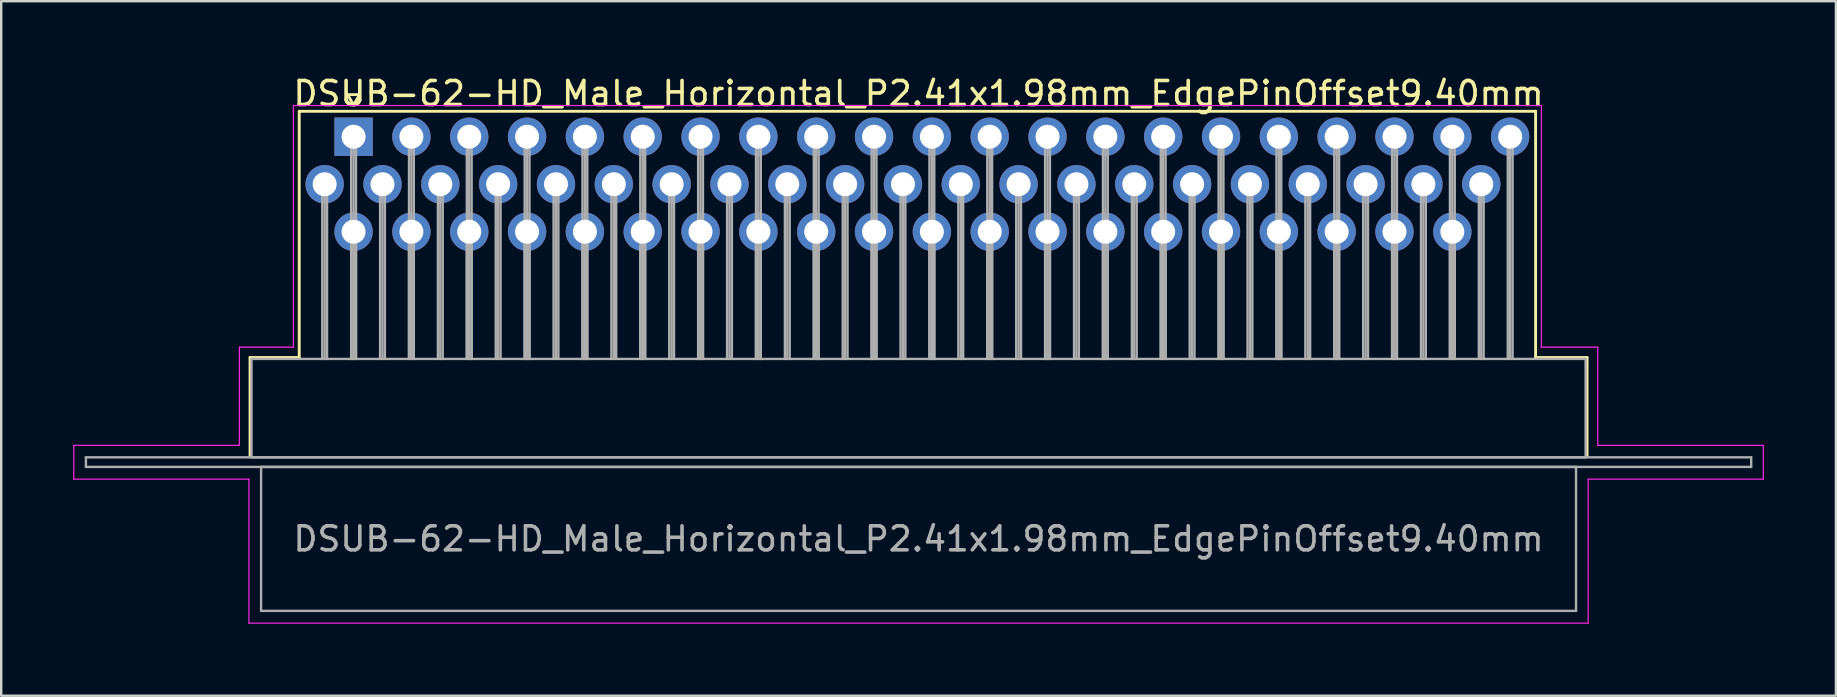
<source format=kicad_pcb>
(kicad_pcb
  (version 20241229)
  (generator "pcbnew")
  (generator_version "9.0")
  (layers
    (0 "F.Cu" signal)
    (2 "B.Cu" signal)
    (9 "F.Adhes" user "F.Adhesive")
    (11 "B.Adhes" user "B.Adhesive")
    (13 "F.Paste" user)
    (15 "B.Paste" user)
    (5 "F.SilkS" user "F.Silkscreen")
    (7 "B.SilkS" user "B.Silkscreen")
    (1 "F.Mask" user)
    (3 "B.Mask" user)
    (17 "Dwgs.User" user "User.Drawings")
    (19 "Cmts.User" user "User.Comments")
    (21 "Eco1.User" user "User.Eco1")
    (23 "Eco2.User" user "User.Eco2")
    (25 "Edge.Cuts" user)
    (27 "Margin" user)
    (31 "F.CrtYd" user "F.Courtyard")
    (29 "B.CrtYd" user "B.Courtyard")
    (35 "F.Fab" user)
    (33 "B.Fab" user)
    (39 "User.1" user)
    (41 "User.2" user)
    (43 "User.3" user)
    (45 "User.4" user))
  (footprint "DSUB-62-HD_Male_Horizontal_P2.41x1.98mm_EdgePinOffset9.40mm"
    (layer "F.Cu")
    (at 11.685 2.648)
    (property "Reference" "DSUB-62-HD_Male_Horizontal_P2.41x1.98mm_EdgePinOffset9.40mm" (at 23.545 -1.8 0) (layer "F.SilkS") (effects (font (size 1 1) (thickness 0.15))))
    (attr through_hole)
    (fp_line (start -4.315 9.2) (end -2.265 9.2) (stroke (width 0.12) (type solid)) (layer "F.SilkS"))
    (fp_line (start -4.315 13.3) (end -4.315 9.2) (stroke (width 0.12) (type solid)) (layer "F.SilkS"))
    (fp_line (start -2.265 -1.06) (end 49.26 -1.06) (stroke (width 0.12) (type solid)) (layer "F.SilkS"))
    (fp_line (start -2.265 9.2) (end -2.265 -1.06) (stroke (width 0.12) (type solid)) (layer "F.SilkS"))
    (fp_line (start -0.25 -1.754) (end 0.25 -1.754) (stroke (width 0.12) (type solid)) (layer "F.SilkS"))
    (fp_line (start 0 -1.321) (end -0.25 -1.754) (stroke (width 0.12) (type solid)) (layer "F.SilkS"))
    (fp_line (start 0.25 -1.754) (end 0 -1.321) (stroke (width 0.12) (type solid)) (layer "F.SilkS"))
    (fp_line (start 49.26 -1.06) (end 49.26 9.2) (stroke (width 0.12) (type solid)) (layer "F.SilkS"))
    (fp_line (start 49.26 9.2) (end 51.405 9.2) (stroke (width 0.12) (type solid)) (layer "F.SilkS"))
    (fp_line (start 51.405 9.2) (end 51.405 13.3) (stroke (width 0.12) (type solid)) (layer "F.SilkS"))
    (fp_line (start -11.66 12.86) (end -4.76 12.86) (stroke (width 0.05) (type solid)) (layer "F.CrtYd"))
    (fp_line (start -11.66 14.27) (end -11.66 12.86) (stroke (width 0.05) (type solid)) (layer "F.CrtYd"))
    (fp_line (start -4.76 8.77) (end -2.51 8.77) (stroke (width 0.05) (type solid)) (layer "F.CrtYd"))
    (fp_line (start -4.76 12.86) (end -4.76 8.77) (stroke (width 0.05) (type solid)) (layer "F.CrtYd"))
    (fp_line (start -4.36 14.27) (end -11.66 14.27) (stroke (width 0.05) (type solid)) (layer "F.CrtYd"))
    (fp_line (start -4.36 20.27) (end -4.36 14.27) (stroke (width 0.05) (type solid)) (layer "F.CrtYd"))
    (fp_line (start -2.51 -1.3) (end 49.5 -1.3) (stroke (width 0.05) (type solid)) (layer "F.CrtYd"))
    (fp_line (start -2.51 8.77) (end -2.51 -1.3) (stroke (width 0.05) (type solid)) (layer "F.CrtYd"))
    (fp_line (start 49.5 -1.3) (end 49.5 8.77) (stroke (width 0.05) (type solid)) (layer "F.CrtYd"))
    (fp_line (start 49.5 8.77) (end 51.85 8.77) (stroke (width 0.05) (type solid)) (layer "F.CrtYd"))
    (fp_line (start 51.45 14.27) (end 51.45 20.27) (stroke (width 0.05) (type solid)) (layer "F.CrtYd"))
    (fp_line (start 51.45 20.27) (end -4.36 20.27) (stroke (width 0.05) (type solid)) (layer "F.CrtYd"))
    (fp_line (start 51.85 8.77) (end 51.85 12.86) (stroke (width 0.05) (type solid)) (layer "F.CrtYd"))
    (fp_line (start 51.85 12.86) (end 58.75 12.86) (stroke (width 0.05) (type solid)) (layer "F.CrtYd"))
    (fp_line (start 58.75 12.86) (end 58.75 14.27) (stroke (width 0.05) (type solid)) (layer "F.CrtYd"))
    (fp_line (start 58.75 14.27) (end 51.45 14.27) (stroke (width 0.05) (type solid)) (layer "F.CrtYd"))
    (fp_line (start -11.155 13.36) (end -11.155 13.76) (stroke (width 0.1) (type solid)) (layer "F.Fab"))
    (fp_line (start -11.155 13.76) (end 58.245 13.76) (stroke (width 0.1) (type solid)) (layer "F.Fab"))
    (fp_line (start -4.255 9.26) (end -4.255 13.36) (stroke (width 0.1) (type solid)) (layer "F.Fab"))
    (fp_line (start -4.255 13.36) (end 51.345 13.36) (stroke (width 0.1) (type solid)) (layer "F.Fab"))
    (fp_line (start -3.855 13.76) (end -3.855 19.76) (stroke (width 0.1) (type solid)) (layer "F.Fab"))
    (fp_line (start -3.855 19.76) (end 50.945 19.76) (stroke (width 0.1) (type solid)) (layer "F.Fab"))
    (fp_line (start -1.305 1.98) (end -1.305 9.26) (stroke (width 0.1) (type solid)) (layer "F.Fab"))
    (fp_line (start -1.205 1.98) (end -1.205 9.26) (stroke (width 0.1) (type solid)) (layer "F.Fab"))
    (fp_line (start -1.105 1.98) (end -1.105 9.26) (stroke (width 0.1) (type solid)) (layer "F.Fab"))
    (fp_line (start -0.1 0) (end -0.1 9.26) (stroke (width 0.1) (type solid)) (layer "F.Fab"))
    (fp_line (start -0.1 3.96) (end -0.1 9.26) (stroke (width 0.1) (type solid)) (layer "F.Fab"))
    (fp_line (start 0 0) (end 0 9.26) (stroke (width 0.1) (type solid)) (layer "F.Fab"))
    (fp_line (start 0 3.96) (end 0 9.26) (stroke (width 0.1) (type solid)) (layer "F.Fab"))
    (fp_line (start 0.1 0) (end 0.1 9.26) (stroke (width 0.1) (type solid)) (layer "F.Fab"))
    (fp_line (start 0.1 3.96) (end 0.1 9.26) (stroke (width 0.1) (type solid)) (layer "F.Fab"))
    (fp_line (start 1.105 1.98) (end 1.105 9.26) (stroke (width 0.1) (type solid)) (layer "F.Fab"))
    (fp_line (start 1.205 1.98) (end 1.205 9.26) (stroke (width 0.1) (type solid)) (layer "F.Fab"))
    (fp_line (start 1.305 1.98) (end 1.305 9.26) (stroke (width 0.1) (type solid)) (layer "F.Fab"))
    (fp_line (start 2.31 0) (end 2.31 9.26) (stroke (width 0.1) (type solid)) (layer "F.Fab"))
    (fp_line (start 2.31 3.96) (end 2.31 9.26) (stroke (width 0.1) (type solid)) (layer "F.Fab"))
    (fp_line (start 2.41 0) (end 2.41 9.26) (stroke (width 0.1) (type solid)) (layer "F.Fab"))
    (fp_line (start 2.41 3.96) (end 2.41 9.26) (stroke (width 0.1) (type solid)) (layer "F.Fab"))
    (fp_line (start 2.51 0) (end 2.51 9.26) (stroke (width 0.1) (type solid)) (layer "F.Fab"))
    (fp_line (start 2.51 3.96) (end 2.51 9.26) (stroke (width 0.1) (type solid)) (layer "F.Fab"))
    (fp_line (start 3.515 1.98) (end 3.515 9.26) (stroke (width 0.1) (type solid)) (layer "F.Fab"))
    (fp_line (start 3.615 1.98) (end 3.615 9.26) (stroke (width 0.1) (type solid)) (layer "F.Fab"))
    (fp_line (start 3.715 1.98) (end 3.715 9.26) (stroke (width 0.1) (type solid)) (layer "F.Fab"))
    (fp_line (start 4.72 0) (end 4.72 9.26) (stroke (width 0.1) (type solid)) (layer "F.Fab"))
    (fp_line (start 4.72 3.96) (end 4.72 9.26) (stroke (width 0.1) (type solid)) (layer "F.Fab"))
    (fp_line (start 4.82 0) (end 4.82 9.26) (stroke (width 0.1) (type solid)) (layer "F.Fab"))
    (fp_line (start 4.82 3.96) (end 4.82 9.26) (stroke (width 0.1) (type solid)) (layer "F.Fab"))
    (fp_line (start 4.92 0) (end 4.92 9.26) (stroke (width 0.1) (type solid)) (layer "F.Fab"))
    (fp_line (start 4.92 3.96) (end 4.92 9.26) (stroke (width 0.1) (type solid)) (layer "F.Fab"))
    (fp_line (start 5.925 1.98) (end 5.925 9.26) (stroke (width 0.1) (type solid)) (layer "F.Fab"))
    (fp_line (start 6.025 1.98) (end 6.025 9.26) (stroke (width 0.1) (type solid)) (layer "F.Fab"))
    (fp_line (start 6.125 1.98) (end 6.125 9.26) (stroke (width 0.1) (type solid)) (layer "F.Fab"))
    (fp_line (start 7.13 0) (end 7.13 9.26) (stroke (width 0.1) (type solid)) (layer "F.Fab"))
    (fp_line (start 7.13 3.96) (end 7.13 9.26) (stroke (width 0.1) (type solid)) (layer "F.Fab"))
    (fp_line (start 7.23 0) (end 7.23 9.26) (stroke (width 0.1) (type solid)) (layer "F.Fab"))
    (fp_line (start 7.23 3.96) (end 7.23 9.26) (stroke (width 0.1) (type solid)) (layer "F.Fab"))
    (fp_line (start 7.33 0) (end 7.33 9.26) (stroke (width 0.1) (type solid)) (layer "F.Fab"))
    (fp_line (start 7.33 3.96) (end 7.33 9.26) (stroke (width 0.1) (type solid)) (layer "F.Fab"))
    (fp_line (start 8.335 1.98) (end 8.335 9.26) (stroke (width 0.1) (type solid)) (layer "F.Fab"))
    (fp_line (start 8.435 1.98) (end 8.435 9.26) (stroke (width 0.1) (type solid)) (layer "F.Fab"))
    (fp_line (start 8.535 1.98) (end 8.535 9.26) (stroke (width 0.1) (type solid)) (layer "F.Fab"))
    (fp_line (start 9.54 0) (end 9.54 9.26) (stroke (width 0.1) (type solid)) (layer "F.Fab"))
    (fp_line (start 9.54 3.96) (end 9.54 9.26) (stroke (width 0.1) (type solid)) (layer "F.Fab"))
    (fp_line (start 9.64 0) (end 9.64 9.26) (stroke (width 0.1) (type solid)) (layer "F.Fab"))
    (fp_line (start 9.64 3.96) (end 9.64 9.26) (stroke (width 0.1) (type solid)) (layer "F.Fab"))
    (fp_line (start 9.74 0) (end 9.74 9.26) (stroke (width 0.1) (type solid)) (layer "F.Fab"))
    (fp_line (start 9.74 3.96) (end 9.74 9.26) (stroke (width 0.1) (type solid)) (layer "F.Fab"))
    (fp_line (start 10.745 1.98) (end 10.745 9.26) (stroke (width 0.1) (type solid)) (layer "F.Fab"))
    (fp_line (start 10.845 1.98) (end 10.845 9.26) (stroke (width 0.1) (type solid)) (layer "F.Fab"))
    (fp_line (start 10.945 1.98) (end 10.945 9.26) (stroke (width 0.1) (type solid)) (layer "F.Fab"))
    (fp_line (start 11.95 0) (end 11.95 9.26) (stroke (width 0.1) (type solid)) (layer "F.Fab"))
    (fp_line (start 11.95 3.96) (end 11.95 9.26) (stroke (width 0.1) (type solid)) (layer "F.Fab"))
    (fp_line (start 12.05 0) (end 12.05 9.26) (stroke (width 0.1) (type solid)) (layer "F.Fab"))
    (fp_line (start 12.05 3.96) (end 12.05 9.26) (stroke (width 0.1) (type solid)) (layer "F.Fab"))
    (fp_line (start 12.15 0) (end 12.15 9.26) (stroke (width 0.1) (type solid)) (layer "F.Fab"))
    (fp_line (start 12.15 3.96) (end 12.15 9.26) (stroke (width 0.1) (type solid)) (layer "F.Fab"))
    (fp_line (start 13.155 1.98) (end 13.155 9.26) (stroke (width 0.1) (type solid)) (layer "F.Fab"))
    (fp_line (start 13.255 1.98) (end 13.255 9.26) (stroke (width 0.1) (type solid)) (layer "F.Fab"))
    (fp_line (start 13.355 1.98) (end 13.355 9.26) (stroke (width 0.1) (type solid)) (layer "F.Fab"))
    (fp_line (start 14.36 0) (end 14.36 9.26) (stroke (width 0.1) (type solid)) (layer "F.Fab"))
    (fp_line (start 14.36 3.96) (end 14.36 9.26) (stroke (width 0.1) (type solid)) (layer "F.Fab"))
    (fp_line (start 14.46 0) (end 14.46 9.26) (stroke (width 0.1) (type solid)) (layer "F.Fab"))
    (fp_line (start 14.46 3.96) (end 14.46 9.26) (stroke (width 0.1) (type solid)) (layer "F.Fab"))
    (fp_line (start 14.56 0) (end 14.56 9.26) (stroke (width 0.1) (type solid)) (layer "F.Fab"))
    (fp_line (start 14.56 3.96) (end 14.56 9.26) (stroke (width 0.1) (type solid)) (layer "F.Fab"))
    (fp_line (start 15.565 1.98) (end 15.565 9.26) (stroke (width 0.1) (type solid)) (layer "F.Fab"))
    (fp_line (start 15.665 1.98) (end 15.665 9.26) (stroke (width 0.1) (type solid)) (layer "F.Fab"))
    (fp_line (start 15.765 1.98) (end 15.765 9.26) (stroke (width 0.1) (type solid)) (layer "F.Fab"))
    (fp_line (start 16.77 0) (end 16.77 9.26) (stroke (width 0.1) (type solid)) (layer "F.Fab"))
    (fp_line (start 16.77 3.96) (end 16.77 9.26) (stroke (width 0.1) (type solid)) (layer "F.Fab"))
    (fp_line (start 16.87 0) (end 16.87 9.26) (stroke (width 0.1) (type solid)) (layer "F.Fab"))
    (fp_line (start 16.87 3.96) (end 16.87 9.26) (stroke (width 0.1) (type solid)) (layer "F.Fab"))
    (fp_line (start 16.97 0) (end 16.97 9.26) (stroke (width 0.1) (type solid)) (layer "F.Fab"))
    (fp_line (start 16.97 3.96) (end 16.97 9.26) (stroke (width 0.1) (type solid)) (layer "F.Fab"))
    (fp_line (start 17.975 1.98) (end 17.975 9.26) (stroke (width 0.1) (type solid)) (layer "F.Fab"))
    (fp_line (start 18.075 1.98) (end 18.075 9.26) (stroke (width 0.1) (type solid)) (layer "F.Fab"))
    (fp_line (start 18.175 1.98) (end 18.175 9.26) (stroke (width 0.1) (type solid)) (layer "F.Fab"))
    (fp_line (start 19.18 0) (end 19.18 9.26) (stroke (width 0.1) (type solid)) (layer "F.Fab"))
    (fp_line (start 19.18 3.96) (end 19.18 9.26) (stroke (width 0.1) (type solid)) (layer "F.Fab"))
    (fp_line (start 19.28 0) (end 19.28 9.26) (stroke (width 0.1) (type solid)) (layer "F.Fab"))
    (fp_line (start 19.28 3.96) (end 19.28 9.26) (stroke (width 0.1) (type solid)) (layer "F.Fab"))
    (fp_line (start 19.38 0) (end 19.38 9.26) (stroke (width 0.1) (type solid)) (layer "F.Fab"))
    (fp_line (start 19.38 3.96) (end 19.38 9.26) (stroke (width 0.1) (type solid)) (layer "F.Fab"))
    (fp_line (start 20.385 1.98) (end 20.385 9.26) (stroke (width 0.1) (type solid)) (layer "F.Fab"))
    (fp_line (start 20.485 1.98) (end 20.485 9.26) (stroke (width 0.1) (type solid)) (layer "F.Fab"))
    (fp_line (start 20.585 1.98) (end 20.585 9.26) (stroke (width 0.1) (type solid)) (layer "F.Fab"))
    (fp_line (start 21.59 0) (end 21.59 9.26) (stroke (width 0.1) (type solid)) (layer "F.Fab"))
    (fp_line (start 21.59 3.96) (end 21.59 9.26) (stroke (width 0.1) (type solid)) (layer "F.Fab"))
    (fp_line (start 21.69 0) (end 21.69 9.26) (stroke (width 0.1) (type solid)) (layer "F.Fab"))
    (fp_line (start 21.69 3.96) (end 21.69 9.26) (stroke (width 0.1) (type solid)) (layer "F.Fab"))
    (fp_line (start 21.79 0) (end 21.79 9.26) (stroke (width 0.1) (type solid)) (layer "F.Fab"))
    (fp_line (start 21.79 3.96) (end 21.79 9.26) (stroke (width 0.1) (type solid)) (layer "F.Fab"))
    (fp_line (start 22.795 1.98) (end 22.795 9.26) (stroke (width 0.1) (type solid)) (layer "F.Fab"))
    (fp_line (start 22.895 1.98) (end 22.895 9.26) (stroke (width 0.1) (type solid)) (layer "F.Fab"))
    (fp_line (start 22.995 1.98) (end 22.995 9.26) (stroke (width 0.1) (type solid)) (layer "F.Fab"))
    (fp_line (start 24 0) (end 24 9.26) (stroke (width 0.1) (type solid)) (layer "F.Fab"))
    (fp_line (start 24 3.96) (end 24 9.26) (stroke (width 0.1) (type solid)) (layer "F.Fab"))
    (fp_line (start 24.1 0) (end 24.1 9.26) (stroke (width 0.1) (type solid)) (layer "F.Fab"))
    (fp_line (start 24.1 3.96) (end 24.1 9.26) (stroke (width 0.1) (type solid)) (layer "F.Fab"))
    (fp_line (start 24.2 0) (end 24.2 9.26) (stroke (width 0.1) (type solid)) (layer "F.Fab"))
    (fp_line (start 24.2 3.96) (end 24.2 9.26) (stroke (width 0.1) (type solid)) (layer "F.Fab"))
    (fp_line (start 25.205 1.98) (end 25.205 9.26) (stroke (width 0.1) (type solid)) (layer "F.Fab"))
    (fp_line (start 25.305 1.98) (end 25.305 9.26) (stroke (width 0.1) (type solid)) (layer "F.Fab"))
    (fp_line (start 25.405 1.98) (end 25.405 9.26) (stroke (width 0.1) (type solid)) (layer "F.Fab"))
    (fp_line (start 26.41 0) (end 26.41 9.26) (stroke (width 0.1) (type solid)) (layer "F.Fab"))
    (fp_line (start 26.41 3.96) (end 26.41 9.26) (stroke (width 0.1) (type solid)) (layer "F.Fab"))
    (fp_line (start 26.51 0) (end 26.51 9.26) (stroke (width 0.1) (type solid)) (layer "F.Fab"))
    (fp_line (start 26.51 3.96) (end 26.51 9.26) (stroke (width 0.1) (type solid)) (layer "F.Fab"))
    (fp_line (start 26.61 0) (end 26.61 9.26) (stroke (width 0.1) (type solid)) (layer "F.Fab"))
    (fp_line (start 26.61 3.96) (end 26.61 9.26) (stroke (width 0.1) (type solid)) (layer "F.Fab"))
    (fp_line (start 27.615 1.98) (end 27.615 9.26) (stroke (width 0.1) (type solid)) (layer "F.Fab"))
    (fp_line (start 27.715 1.98) (end 27.715 9.26) (stroke (width 0.1) (type solid)) (layer "F.Fab"))
    (fp_line (start 27.815 1.98) (end 27.815 9.26) (stroke (width 0.1) (type solid)) (layer "F.Fab"))
    (fp_line (start 28.82 0) (end 28.82 9.26) (stroke (width 0.1) (type solid)) (layer "F.Fab"))
    (fp_line (start 28.82 3.96) (end 28.82 9.26) (stroke (width 0.1) (type solid)) (layer "F.Fab"))
    (fp_line (start 28.92 0) (end 28.92 9.26) (stroke (width 0.1) (type solid)) (layer "F.Fab"))
    (fp_line (start 28.92 3.96) (end 28.92 9.26) (stroke (width 0.1) (type solid)) (layer "F.Fab"))
    (fp_line (start 29.02 0) (end 29.02 9.26) (stroke (width 0.1) (type solid)) (layer "F.Fab"))
    (fp_line (start 29.02 3.96) (end 29.02 9.26) (stroke (width 0.1) (type solid)) (layer "F.Fab"))
    (fp_line (start 30.025 1.98) (end 30.025 9.26) (stroke (width 0.1) (type solid)) (layer "F.Fab"))
    (fp_line (start 30.125 1.98) (end 30.125 9.26) (stroke (width 0.1) (type solid)) (layer "F.Fab"))
    (fp_line (start 30.225 1.98) (end 30.225 9.26) (stroke (width 0.1) (type solid)) (layer "F.Fab"))
    (fp_line (start 31.23 0) (end 31.23 9.26) (stroke (width 0.1) (type solid)) (layer "F.Fab"))
    (fp_line (start 31.23 3.96) (end 31.23 9.26) (stroke (width 0.1) (type solid)) (layer "F.Fab"))
    (fp_line (start 31.33 0) (end 31.33 9.26) (stroke (width 0.1) (type solid)) (layer "F.Fab"))
    (fp_line (start 31.33 3.96) (end 31.33 9.26) (stroke (width 0.1) (type solid)) (layer "F.Fab"))
    (fp_line (start 31.43 0) (end 31.43 9.26) (stroke (width 0.1) (type solid)) (layer "F.Fab"))
    (fp_line (start 31.43 3.96) (end 31.43 9.26) (stroke (width 0.1) (type solid)) (layer "F.Fab"))
    (fp_line (start 32.435 1.98) (end 32.435 9.26) (stroke (width 0.1) (type solid)) (layer "F.Fab"))
    (fp_line (start 32.535 1.98) (end 32.535 9.26) (stroke (width 0.1) (type solid)) (layer "F.Fab"))
    (fp_line (start 32.635 1.98) (end 32.635 9.26) (stroke (width 0.1) (type solid)) (layer "F.Fab"))
    (fp_line (start 33.64 0) (end 33.64 9.26) (stroke (width 0.1) (type solid)) (layer "F.Fab"))
    (fp_line (start 33.64 3.96) (end 33.64 9.26) (stroke (width 0.1) (type solid)) (layer "F.Fab"))
    (fp_line (start 33.74 0) (end 33.74 9.26) (stroke (width 0.1) (type solid)) (layer "F.Fab"))
    (fp_line (start 33.74 3.96) (end 33.74 9.26) (stroke (width 0.1) (type solid)) (layer "F.Fab"))
    (fp_line (start 33.84 0) (end 33.84 9.26) (stroke (width 0.1) (type solid)) (layer "F.Fab"))
    (fp_line (start 33.84 3.96) (end 33.84 9.26) (stroke (width 0.1) (type solid)) (layer "F.Fab"))
    (fp_line (start 34.845 1.98) (end 34.845 9.26) (stroke (width 0.1) (type solid)) (layer "F.Fab"))
    (fp_line (start 34.945 1.98) (end 34.945 9.26) (stroke (width 0.1) (type solid)) (layer "F.Fab"))
    (fp_line (start 35.045 1.98) (end 35.045 9.26) (stroke (width 0.1) (type solid)) (layer "F.Fab"))
    (fp_line (start 36.05 0) (end 36.05 9.26) (stroke (width 0.1) (type solid)) (layer "F.Fab"))
    (fp_line (start 36.05 3.96) (end 36.05 9.26) (stroke (width 0.1) (type solid)) (layer "F.Fab"))
    (fp_line (start 36.15 0) (end 36.15 9.26) (stroke (width 0.1) (type solid)) (layer "F.Fab"))
    (fp_line (start 36.15 3.96) (end 36.15 9.26) (stroke (width 0.1) (type solid)) (layer "F.Fab"))
    (fp_line (start 36.25 0) (end 36.25 9.26) (stroke (width 0.1) (type solid)) (layer "F.Fab"))
    (fp_line (start 36.25 3.96) (end 36.25 9.26) (stroke (width 0.1) (type solid)) (layer "F.Fab"))
    (fp_line (start 37.255 1.98) (end 37.255 9.26) (stroke (width 0.1) (type solid)) (layer "F.Fab"))
    (fp_line (start 37.355 1.98) (end 37.355 9.26) (stroke (width 0.1) (type solid)) (layer "F.Fab"))
    (fp_line (start 37.455 1.98) (end 37.455 9.26) (stroke (width 0.1) (type solid)) (layer "F.Fab"))
    (fp_line (start 38.46 0) (end 38.46 9.26) (stroke (width 0.1) (type solid)) (layer "F.Fab"))
    (fp_line (start 38.46 3.96) (end 38.46 9.26) (stroke (width 0.1) (type solid)) (layer "F.Fab"))
    (fp_line (start 38.56 0) (end 38.56 9.26) (stroke (width 0.1) (type solid)) (layer "F.Fab"))
    (fp_line (start 38.56 3.96) (end 38.56 9.26) (stroke (width 0.1) (type solid)) (layer "F.Fab"))
    (fp_line (start 38.66 0) (end 38.66 9.26) (stroke (width 0.1) (type solid)) (layer "F.Fab"))
    (fp_line (start 38.66 3.96) (end 38.66 9.26) (stroke (width 0.1) (type solid)) (layer "F.Fab"))
    (fp_line (start 39.665 1.98) (end 39.665 9.26) (stroke (width 0.1) (type solid)) (layer "F.Fab"))
    (fp_line (start 39.765 1.98) (end 39.765 9.26) (stroke (width 0.1) (type solid)) (layer "F.Fab"))
    (fp_line (start 39.865 1.98) (end 39.865 9.26) (stroke (width 0.1) (type solid)) (layer "F.Fab"))
    (fp_line (start 40.87 0) (end 40.87 9.26) (stroke (width 0.1) (type solid)) (layer "F.Fab"))
    (fp_line (start 40.87 3.96) (end 40.87 9.26) (stroke (width 0.1) (type solid)) (layer "F.Fab"))
    (fp_line (start 40.97 0) (end 40.97 9.26) (stroke (width 0.1) (type solid)) (layer "F.Fab"))
    (fp_line (start 40.97 3.96) (end 40.97 9.26) (stroke (width 0.1) (type solid)) (layer "F.Fab"))
    (fp_line (start 41.07 0) (end 41.07 9.26) (stroke (width 0.1) (type solid)) (layer "F.Fab"))
    (fp_line (start 41.07 3.96) (end 41.07 9.26) (stroke (width 0.1) (type solid)) (layer "F.Fab"))
    (fp_line (start 42.075 1.98) (end 42.075 9.26) (stroke (width 0.1) (type solid)) (layer "F.Fab"))
    (fp_line (start 42.175 1.98) (end 42.175 9.26) (stroke (width 0.1) (type solid)) (layer "F.Fab"))
    (fp_line (start 42.275 1.98) (end 42.275 9.26) (stroke (width 0.1) (type solid)) (layer "F.Fab"))
    (fp_line (start 43.28 0) (end 43.28 9.26) (stroke (width 0.1) (type solid)) (layer "F.Fab"))
    (fp_line (start 43.28 3.96) (end 43.28 9.26) (stroke (width 0.1) (type solid)) (layer "F.Fab"))
    (fp_line (start 43.38 0) (end 43.38 9.26) (stroke (width 0.1) (type solid)) (layer "F.Fab"))
    (fp_line (start 43.38 3.96) (end 43.38 9.26) (stroke (width 0.1) (type solid)) (layer "F.Fab"))
    (fp_line (start 43.48 0) (end 43.48 9.26) (stroke (width 0.1) (type solid)) (layer "F.Fab"))
    (fp_line (start 43.48 3.96) (end 43.48 9.26) (stroke (width 0.1) (type solid)) (layer "F.Fab"))
    (fp_line (start 44.485 1.98) (end 44.485 9.26) (stroke (width 0.1) (type solid)) (layer "F.Fab"))
    (fp_line (start 44.585 1.98) (end 44.585 9.26) (stroke (width 0.1) (type solid)) (layer "F.Fab"))
    (fp_line (start 44.685 1.98) (end 44.685 9.26) (stroke (width 0.1) (type solid)) (layer "F.Fab"))
    (fp_line (start 45.69 0) (end 45.69 9.26) (stroke (width 0.1) (type solid)) (layer "F.Fab"))
    (fp_line (start 45.69 3.96) (end 45.69 9.26) (stroke (width 0.1) (type solid)) (layer "F.Fab"))
    (fp_line (start 45.79 0) (end 45.79 9.26) (stroke (width 0.1) (type solid)) (layer "F.Fab"))
    (fp_line (start 45.79 3.96) (end 45.79 9.26) (stroke (width 0.1) (type solid)) (layer "F.Fab"))
    (fp_line (start 45.89 0) (end 45.89 9.26) (stroke (width 0.1) (type solid)) (layer "F.Fab"))
    (fp_line (start 45.89 3.96) (end 45.89 9.26) (stroke (width 0.1) (type solid)) (layer "F.Fab"))
    (fp_line (start 46.895 1.98) (end 46.895 9.26) (stroke (width 0.1) (type solid)) (layer "F.Fab"))
    (fp_line (start 46.995 1.98) (end 46.995 9.26) (stroke (width 0.1) (type solid)) (layer "F.Fab"))
    (fp_line (start 47.095 1.98) (end 47.095 9.26) (stroke (width 0.1) (type solid)) (layer "F.Fab"))
    (fp_line (start 48.1 0) (end 48.1 9.26) (stroke (width 0.1) (type solid)) (layer "F.Fab"))
    (fp_line (start 48.2 0) (end 48.2 9.26) (stroke (width 0.1) (type solid)) (layer "F.Fab"))
    (fp_line (start 48.3 0) (end 48.3 9.26) (stroke (width 0.1) (type solid)) (layer "F.Fab"))
    (fp_line (start 50.945 13.76) (end -3.855 13.76) (stroke (width 0.1) (type solid)) (layer "F.Fab"))
    (fp_line (start 50.945 19.76) (end 50.945 13.76) (stroke (width 0.1) (type solid)) (layer "F.Fab"))
    (fp_line (start 51.345 9.26) (end -4.255 9.26) (stroke (width 0.1) (type solid)) (layer "F.Fab"))
    (fp_line (start 51.345 13.36) (end 51.345 9.26) (stroke (width 0.1) (type solid)) (layer "F.Fab"))
    (fp_line (start 58.245 13.36) (end -11.155 13.36) (stroke (width 0.1) (type solid)) (layer "F.Fab"))
    (fp_line (start 58.245 13.76) (end 58.245 13.36) (stroke (width 0.1) (type solid)) (layer "F.Fab"))
    (fp_text user "${REFERENCE}" (at 23.545 16.76 0) (layer "F.Fab") (effects (font (size 1 1) (thickness 0.15))))
    (pad "1" thru_hole rect (at 0 0) (size 1.6 1.6) (drill 1) (layers "*.Cu" "*.Mask"))
    (pad "2" thru_hole circle (at 2.41 0) (size 1.6 1.6) (drill 1) (layers "*.Cu" "*.Mask"))
    (pad "3" thru_hole circle (at 4.82 0) (size 1.6 1.6) (drill 1) (layers "*.Cu" "*.Mask"))
    (pad "4" thru_hole circle (at 7.23 0) (size 1.6 1.6) (drill 1) (layers "*.Cu" "*.Mask"))
    (pad "5" thru_hole circle (at 9.64 0) (size 1.6 1.6) (drill 1) (layers "*.Cu" "*.Mask"))
    (pad "6" thru_hole circle (at 12.05 0) (size 1.6 1.6) (drill 1) (layers "*.Cu" "*.Mask"))
    (pad "7" thru_hole circle (at 14.46 0) (size 1.6 1.6) (drill 1) (layers "*.Cu" "*.Mask"))
    (pad "8" thru_hole circle (at 16.87 0) (size 1.6 1.6) (drill 1) (layers "*.Cu" "*.Mask"))
    (pad "9" thru_hole circle (at 19.28 0) (size 1.6 1.6) (drill 1) (layers "*.Cu" "*.Mask"))
    (pad "10" thru_hole circle (at 21.69 0) (size 1.6 1.6) (drill 1) (layers "*.Cu" "*.Mask"))
    (pad "11" thru_hole circle (at 24.1 0) (size 1.6 1.6) (drill 1) (layers "*.Cu" "*.Mask"))
    (pad "12" thru_hole circle (at 26.51 0) (size 1.6 1.6) (drill 1) (layers "*.Cu" "*.Mask"))
    (pad "13" thru_hole circle (at 28.92 0) (size 1.6 1.6) (drill 1) (layers "*.Cu" "*.Mask"))
    (pad "14" thru_hole circle (at 31.33 0) (size 1.6 1.6) (drill 1) (layers "*.Cu" "*.Mask"))
    (pad "15" thru_hole circle (at 33.74 0) (size 1.6 1.6) (drill 1) (layers "*.Cu" "*.Mask"))
    (pad "16" thru_hole circle (at 36.15 0) (size 1.6 1.6) (drill 1) (layers "*.Cu" "*.Mask"))
    (pad "17" thru_hole circle (at 38.56 0) (size 1.6 1.6) (drill 1) (layers "*.Cu" "*.Mask"))
    (pad "18" thru_hole circle (at 40.97 0) (size 1.6 1.6) (drill 1) (layers "*.Cu" "*.Mask"))
    (pad "19" thru_hole circle (at 43.38 0) (size 1.6 1.6) (drill 1) (layers "*.Cu" "*.Mask"))
    (pad "20" thru_hole circle (at 45.79 0) (size 1.6 1.6) (drill 1) (layers "*.Cu" "*.Mask"))
    (pad "21" thru_hole circle (at 48.2 0) (size 1.6 1.6) (drill 1) (layers "*.Cu" "*.Mask"))
    (pad "22" thru_hole circle (at -1.205 1.98) (size 1.6 1.6) (drill 1) (layers "*.Cu" "*.Mask"))
    (pad "23" thru_hole circle (at 1.205 1.98) (size 1.6 1.6) (drill 1) (layers "*.Cu" "*.Mask"))
    (pad "24" thru_hole circle (at 3.615 1.98) (size 1.6 1.6) (drill 1) (layers "*.Cu" "*.Mask"))
    (pad "25" thru_hole circle (at 6.025 1.98) (size 1.6 1.6) (drill 1) (layers "*.Cu" "*.Mask"))
    (pad "26" thru_hole circle (at 8.435 1.98) (size 1.6 1.6) (drill 1) (layers "*.Cu" "*.Mask"))
    (pad "27" thru_hole circle (at 10.845 1.98) (size 1.6 1.6) (drill 1) (layers "*.Cu" "*.Mask"))
    (pad "28" thru_hole circle (at 13.255 1.98) (size 1.6 1.6) (drill 1) (layers "*.Cu" "*.Mask"))
    (pad "29" thru_hole circle (at 15.665 1.98) (size 1.6 1.6) (drill 1) (layers "*.Cu" "*.Mask"))
    (pad "30" thru_hole circle (at 18.075 1.98) (size 1.6 1.6) (drill 1) (layers "*.Cu" "*.Mask"))
    (pad "31" thru_hole circle (at 20.485 1.98) (size 1.6 1.6) (drill 1) (layers "*.Cu" "*.Mask"))
    (pad "32" thru_hole circle (at 22.895 1.98) (size 1.6 1.6) (drill 1) (layers "*.Cu" "*.Mask"))
    (pad "33" thru_hole circle (at 25.305 1.98) (size 1.6 1.6) (drill 1) (layers "*.Cu" "*.Mask"))
    (pad "34" thru_hole circle (at 27.715 1.98) (size 1.6 1.6) (drill 1) (layers "*.Cu" "*.Mask"))
    (pad "35" thru_hole circle (at 30.125 1.98) (size 1.6 1.6) (drill 1) (layers "*.Cu" "*.Mask"))
    (pad "36" thru_hole circle (at 32.535 1.98) (size 1.6 1.6) (drill 1) (layers "*.Cu" "*.Mask"))
    (pad "37" thru_hole circle (at 34.945 1.98) (size 1.6 1.6) (drill 1) (layers "*.Cu" "*.Mask"))
    (pad "38" thru_hole circle (at 37.355 1.98) (size 1.6 1.6) (drill 1) (layers "*.Cu" "*.Mask"))
    (pad "39" thru_hole circle (at 39.765 1.98) (size 1.6 1.6) (drill 1) (layers "*.Cu" "*.Mask"))
    (pad "40" thru_hole circle (at 42.175 1.98) (size 1.6 1.6) (drill 1) (layers "*.Cu" "*.Mask"))
    (pad "41" thru_hole circle (at 44.585 1.98) (size 1.6 1.6) (drill 1) (layers "*.Cu" "*.Mask"))
    (pad "42" thru_hole circle (at 46.995 1.98) (size 1.6 1.6) (drill 1) (layers "*.Cu" "*.Mask"))
    (pad "43" thru_hole circle (at 0 3.96) (size 1.6 1.6) (drill 1) (layers "*.Cu" "*.Mask"))
    (pad "44" thru_hole circle (at 2.41 3.96) (size 1.6 1.6) (drill 1) (layers "*.Cu" "*.Mask"))
    (pad "45" thru_hole circle (at 4.82 3.96) (size 1.6 1.6) (drill 1) (layers "*.Cu" "*.Mask"))
    (pad "46" thru_hole circle (at 7.23 3.96) (size 1.6 1.6) (drill 1) (layers "*.Cu" "*.Mask"))
    (pad "47" thru_hole circle (at 9.64 3.96) (size 1.6 1.6) (drill 1) (layers "*.Cu" "*.Mask"))
    (pad "48" thru_hole circle (at 12.05 3.96) (size 1.6 1.6) (drill 1) (layers "*.Cu" "*.Mask"))
    (pad "49" thru_hole circle (at 14.46 3.96) (size 1.6 1.6) (drill 1) (layers "*.Cu" "*.Mask"))
    (pad "50" thru_hole circle (at 16.87 3.96) (size 1.6 1.6) (drill 1) (layers "*.Cu" "*.Mask"))
    (pad "51" thru_hole circle (at 19.28 3.96) (size 1.6 1.6) (drill 1) (layers "*.Cu" "*.Mask"))
    (pad "52" thru_hole circle (at 21.69 3.96) (size 1.6 1.6) (drill 1) (layers "*.Cu" "*.Mask"))
    (pad "53" thru_hole circle (at 24.1 3.96) (size 1.6 1.6) (drill 1) (layers "*.Cu" "*.Mask"))
    (pad "54" thru_hole circle (at 26.51 3.96) (size 1.6 1.6) (drill 1) (layers "*.Cu" "*.Mask"))
    (pad "55" thru_hole circle (at 28.92 3.96) (size 1.6 1.6) (drill 1) (layers "*.Cu" "*.Mask"))
    (pad "56" thru_hole circle (at 31.33 3.96) (size 1.6 1.6) (drill 1) (layers "*.Cu" "*.Mask"))
    (pad "57" thru_hole circle (at 33.74 3.96) (size 1.6 1.6) (drill 1) (layers "*.Cu" "*.Mask"))
    (pad "58" thru_hole circle (at 36.15 3.96) (size 1.6 1.6) (drill 1) (layers "*.Cu" "*.Mask"))
    (pad "59" thru_hole circle (at 38.56 3.96) (size 1.6 1.6) (drill 1) (layers "*.Cu" "*.Mask"))
    (pad "60" thru_hole circle (at 40.97 3.96) (size 1.6 1.6) (drill 1) (layers "*.Cu" "*.Mask"))
    (pad "61" thru_hole circle (at 43.38 3.96) (size 1.6 1.6) (drill 1) (layers "*.Cu" "*.Mask"))
    (pad "62" thru_hole circle (at 45.79 3.96) (size 1.6 1.6) (drill 1) (layers "*.Cu" "*.Mask")))
  (gr_rect
    (start -3 -3)
    (end 73.46 25.943)
    (stroke (width 0.1) (type default))
    (fill no)
    (layer "Edge.Cuts")))
</source>
